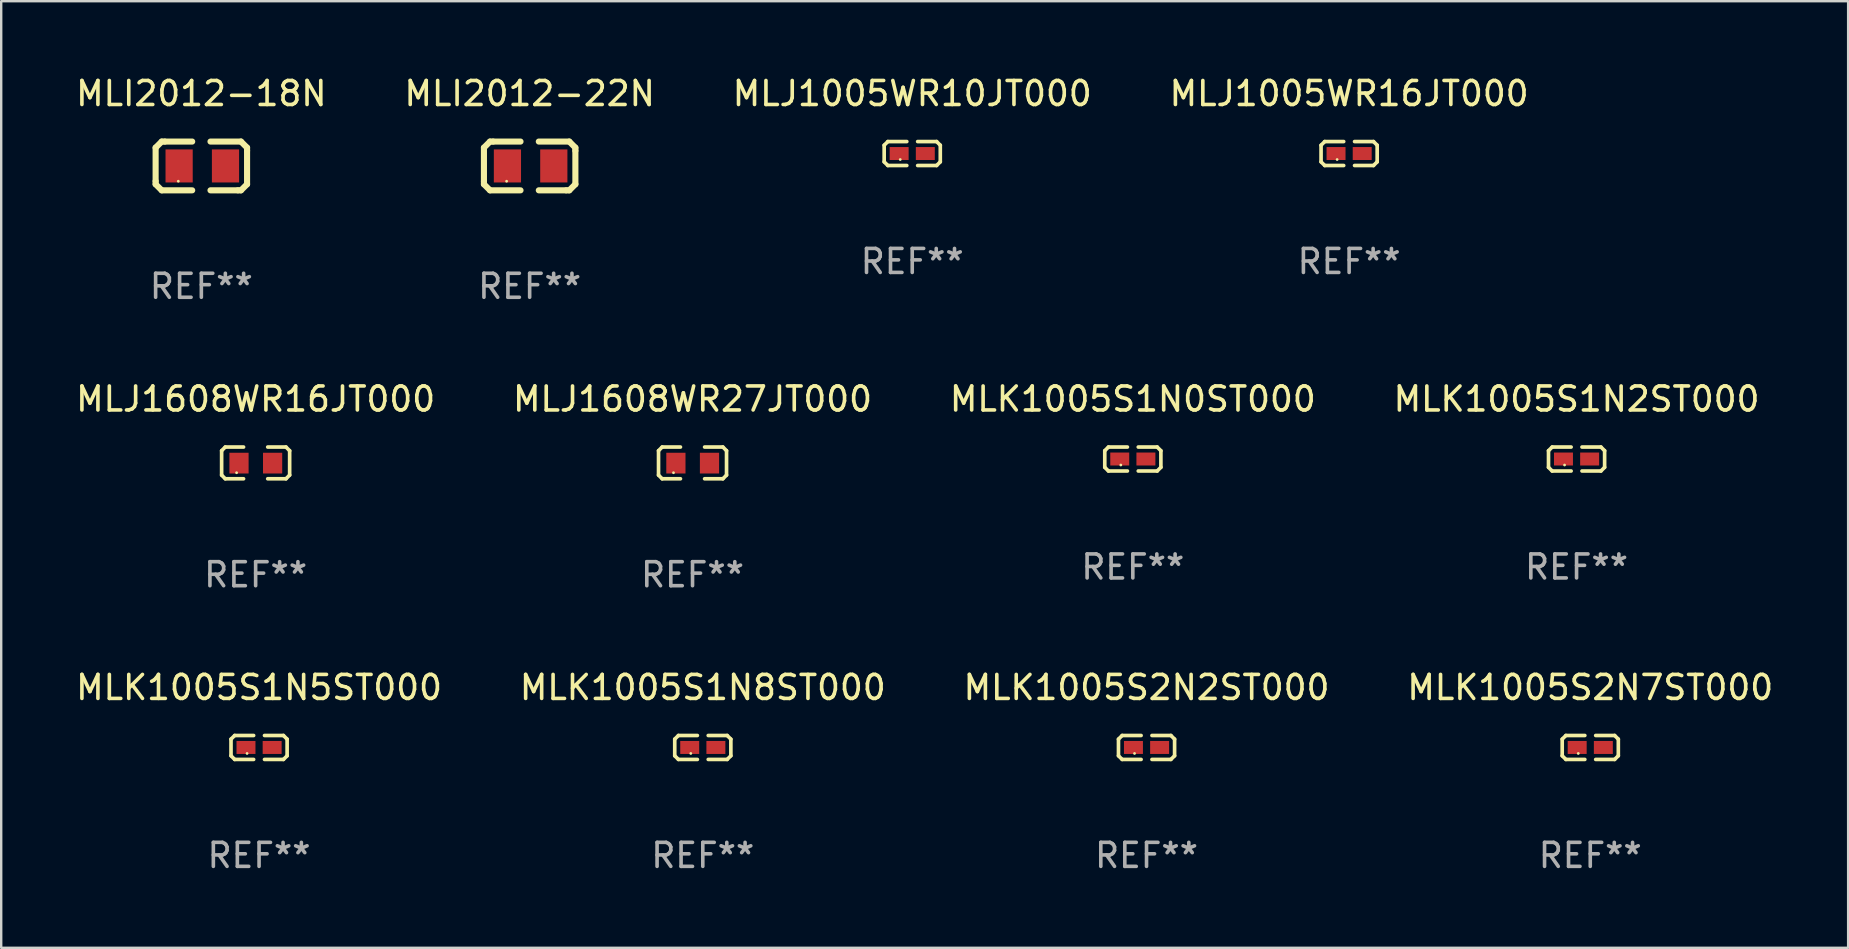
<source format=kicad_pcb>
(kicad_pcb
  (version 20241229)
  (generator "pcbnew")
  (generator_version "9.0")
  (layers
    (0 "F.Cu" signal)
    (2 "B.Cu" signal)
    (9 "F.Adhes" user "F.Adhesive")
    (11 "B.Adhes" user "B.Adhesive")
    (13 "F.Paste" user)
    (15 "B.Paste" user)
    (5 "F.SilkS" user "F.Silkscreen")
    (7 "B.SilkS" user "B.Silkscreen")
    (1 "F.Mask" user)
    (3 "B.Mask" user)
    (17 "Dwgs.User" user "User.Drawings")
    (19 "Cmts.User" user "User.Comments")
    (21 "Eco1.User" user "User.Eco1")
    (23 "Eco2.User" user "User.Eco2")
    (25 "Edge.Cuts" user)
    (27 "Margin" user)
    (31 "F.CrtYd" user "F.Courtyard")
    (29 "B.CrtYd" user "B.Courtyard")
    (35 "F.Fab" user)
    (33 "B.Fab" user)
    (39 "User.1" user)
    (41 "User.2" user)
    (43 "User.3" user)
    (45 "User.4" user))
  (footprint "MLK1005S1N8ST000"
    (layer "F.Cu")
    (at 26.232 28.093)
    (property "Reference" "MLK1005S1N8ST000" (at 0 -2.499 0) (layer "F.SilkS") (effects (font (size 1 1) (thickness 0.15))))
    (attr through_hole)
    (fp_line (start -1.169 -0.346) (end -1.016 -0.499) (stroke (width 0.152) (type solid)) (layer "F.SilkS"))
    (fp_line (start -1.169 0.346) (end -1.169 -0.346) (stroke (width 0.152) (type solid)) (layer "F.SilkS"))
    (fp_line (start -1.016 -0.499) (end -0.226 -0.499) (stroke (width 0.152) (type solid)) (layer "F.SilkS"))
    (fp_line (start -1.016 0.499) (end -1.169 0.346) (stroke (width 0.152) (type solid)) (layer "F.SilkS"))
    (fp_line (start -0.226 0.499) (end -1.016 0.499) (stroke (width 0.152) (type solid)) (layer "F.SilkS"))
    (fp_line (start 0.226 0.499) (end 1.016 0.499) (stroke (width 0.152) (type solid)) (layer "F.SilkS"))
    (fp_line (start 1.016 -0.499) (end 0.226 -0.499) (stroke (width 0.152) (type solid)) (layer "F.SilkS"))
    (fp_line (start 1.016 0.499) (end 1.169 0.346) (stroke (width 0.152) (type solid)) (layer "F.SilkS"))
    (fp_line (start 1.169 -0.346) (end 1.016 -0.499) (stroke (width 0.152) (type solid)) (layer "F.SilkS"))
    (fp_line (start 1.169 0.346) (end 1.169 -0.346) (stroke (width 0.152) (type solid)) (layer "F.SilkS"))
    (fp_circle (center -0.5 0.25) (end -0.47 0.25) (stroke (width 0.06) (type solid)) (fill no) (layer "F.SilkS"))
    (fp_text user "REF**" (at 0 4.499 0) (layer "F.Fab") (effects (font (size 1 1) (thickness 0.15))))
    (pad "1" smd rect (at -0.545 0) (size 0.79 0.54) (layers "F.Cu" "F.Mask" "F.Paste"))
    (pad "2" smd rect (at 0.545 0) (size 0.79 0.54) (layers "F.Cu" "F.Mask" "F.Paste")))
  (footprint "MLJ1005WR10JT000"
    (layer "F.Cu")
    (at 34.958 3.347)
    (property "Reference" "MLJ1005WR10JT000" (at 0 -2.499 0) (layer "F.SilkS") (effects (font (size 1 1) (thickness 0.15))))
    (attr through_hole)
    (fp_line (start -1.169 -0.346) (end -1.016 -0.499) (stroke (width 0.152) (type solid)) (layer "F.SilkS"))
    (fp_line (start -1.169 0.346) (end -1.169 -0.346) (stroke (width 0.152) (type solid)) (layer "F.SilkS"))
    (fp_line (start -1.016 -0.499) (end -0.226 -0.499) (stroke (width 0.152) (type solid)) (layer "F.SilkS"))
    (fp_line (start -1.016 0.499) (end -1.169 0.346) (stroke (width 0.152) (type solid)) (layer "F.SilkS"))
    (fp_line (start -0.226 0.499) (end -1.016 0.499) (stroke (width 0.152) (type solid)) (layer "F.SilkS"))
    (fp_line (start 0.226 0.499) (end 1.016 0.499) (stroke (width 0.152) (type solid)) (layer "F.SilkS"))
    (fp_line (start 1.016 -0.499) (end 0.226 -0.499) (stroke (width 0.152) (type solid)) (layer "F.SilkS"))
    (fp_line (start 1.016 0.499) (end 1.169 0.346) (stroke (width 0.152) (type solid)) (layer "F.SilkS"))
    (fp_line (start 1.169 -0.346) (end 1.016 -0.499) (stroke (width 0.152) (type solid)) (layer "F.SilkS"))
    (fp_line (start 1.169 0.346) (end 1.169 -0.346) (stroke (width 0.152) (type solid)) (layer "F.SilkS"))
    (fp_circle (center -0.5 0.25) (end -0.47 0.25) (stroke (width 0.06) (type solid)) (fill no) (layer "F.SilkS"))
    (fp_text user "REF**" (at 0 4.499 0) (layer "F.Fab") (effects (font (size 1 1) (thickness 0.15))))
    (pad "1" smd rect (at -0.545 0) (size 0.79 0.54) (layers "F.Cu" "F.Mask" "F.Paste"))
    (pad "2" smd rect (at 0.545 0) (size 0.79 0.54) (layers "F.Cu" "F.Mask" "F.Paste")))
  (footprint "MLJ1608WR27JT000"
    (layer "F.Cu")
    (at 25.804 16.237)
    (property "Reference" "MLJ1608WR27JT000" (at 0 -2.661 0) (layer "F.SilkS") (effects (font (size 1 1) (thickness 0.15))))
    (attr through_hole)
    (fp_line (start -1.417 -0.508) (end -1.265 -0.661) (stroke (width 0.152) (type solid)) (layer "F.SilkS"))
    (fp_line (start -1.417 0.508) (end -1.417 -0.508) (stroke (width 0.152) (type solid)) (layer "F.SilkS"))
    (fp_line (start -1.265 -0.661) (end -0.503 -0.661) (stroke (width 0.152) (type solid)) (layer "F.SilkS"))
    (fp_line (start -1.265 0.661) (end -1.417 0.508) (stroke (width 0.152) (type solid)) (layer "F.SilkS"))
    (fp_line (start -1.265 0.661) (end -0.503 0.661) (stroke (width 0.152) (type solid)) (layer "F.SilkS"))
    (fp_line (start 1.265 -0.661) (end 0.503 -0.661) (stroke (width 0.152) (type solid)) (layer "F.SilkS"))
    (fp_line (start 1.265 -0.661) (end 1.417 -0.508) (stroke (width 0.152) (type solid)) (layer "F.SilkS"))
    (fp_line (start 1.265 0.661) (end 0.503 0.661) (stroke (width 0.152) (type solid)) (layer "F.SilkS"))
    (fp_line (start 1.417 -0.508) (end 1.417 0.508) (stroke (width 0.152) (type solid)) (layer "F.SilkS"))
    (fp_line (start 1.417 0.508) (end 1.265 0.661) (stroke (width 0.152) (type solid)) (layer "F.SilkS"))
    (fp_circle (center -0.793 0.409) (end -0.763 0.409) (stroke (width 0.06) (type solid)) (fill no) (layer "F.SilkS"))
    (fp_text user "REF**" (at 0 4.661 0) (layer "F.Fab") (effects (font (size 1 1) (thickness 0.15))))
    (pad "1" smd rect (at -0.693 0.009 180) (size 0.8 0.864) (layers "F.Cu" "F.Mask" "F.Paste"))
    (pad "2" smd rect (at 0.707 0.009 180) (size 0.8 0.864) (layers "F.Cu" "F.Mask" "F.Paste")))
  (footprint "MLK1005S2N2ST000"
    (layer "F.Cu")
    (at 44.72 28.093)
    (property "Reference" "MLK1005S2N2ST000" (at 0 -2.499 0) (layer "F.SilkS") (effects (font (size 1 1) (thickness 0.15))))
    (attr through_hole)
    (fp_line (start -1.169 -0.346) (end -1.016 -0.499) (stroke (width 0.152) (type solid)) (layer "F.SilkS"))
    (fp_line (start -1.169 0.346) (end -1.169 -0.346) (stroke (width 0.152) (type solid)) (layer "F.SilkS"))
    (fp_line (start -1.016 -0.499) (end -0.226 -0.499) (stroke (width 0.152) (type solid)) (layer "F.SilkS"))
    (fp_line (start -1.016 0.499) (end -1.169 0.346) (stroke (width 0.152) (type solid)) (layer "F.SilkS"))
    (fp_line (start -0.226 0.499) (end -1.016 0.499) (stroke (width 0.152) (type solid)) (layer "F.SilkS"))
    (fp_line (start 0.226 0.499) (end 1.016 0.499) (stroke (width 0.152) (type solid)) (layer "F.SilkS"))
    (fp_line (start 1.016 -0.499) (end 0.226 -0.499) (stroke (width 0.152) (type solid)) (layer "F.SilkS"))
    (fp_line (start 1.016 0.499) (end 1.169 0.346) (stroke (width 0.152) (type solid)) (layer "F.SilkS"))
    (fp_line (start 1.169 -0.346) (end 1.016 -0.499) (stroke (width 0.152) (type solid)) (layer "F.SilkS"))
    (fp_line (start 1.169 0.346) (end 1.169 -0.346) (stroke (width 0.152) (type solid)) (layer "F.SilkS"))
    (fp_circle (center -0.5 0.25) (end -0.47 0.25) (stroke (width 0.06) (type solid)) (fill no) (layer "F.SilkS"))
    (fp_text user "REF**" (at 0 4.499 0) (layer "F.Fab") (effects (font (size 1 1) (thickness 0.15))))
    (pad "1" smd rect (at -0.545 0) (size 0.79 0.54) (layers "F.Cu" "F.Mask" "F.Paste"))
    (pad "2" smd rect (at 0.545 0) (size 0.79 0.54) (layers "F.Cu" "F.Mask" "F.Paste")))
  (footprint "MLK1005S1N0ST000"
    (layer "F.Cu")
    (at 44.149 16.075)
    (property "Reference" "MLK1005S1N0ST000" (at 0 -2.499 0) (layer "F.SilkS") (effects (font (size 1 1) (thickness 0.15))))
    (attr through_hole)
    (fp_line (start -1.169 -0.346) (end -1.016 -0.499) (stroke (width 0.152) (type solid)) (layer "F.SilkS"))
    (fp_line (start -1.169 0.346) (end -1.169 -0.346) (stroke (width 0.152) (type solid)) (layer "F.SilkS"))
    (fp_line (start -1.016 -0.499) (end -0.226 -0.499) (stroke (width 0.152) (type solid)) (layer "F.SilkS"))
    (fp_line (start -1.016 0.499) (end -1.169 0.346) (stroke (width 0.152) (type solid)) (layer "F.SilkS"))
    (fp_line (start -0.226 0.499) (end -1.016 0.499) (stroke (width 0.152) (type solid)) (layer "F.SilkS"))
    (fp_line (start 0.226 0.499) (end 1.016 0.499) (stroke (width 0.152) (type solid)) (layer "F.SilkS"))
    (fp_line (start 1.016 -0.499) (end 0.226 -0.499) (stroke (width 0.152) (type solid)) (layer "F.SilkS"))
    (fp_line (start 1.016 0.499) (end 1.169 0.346) (stroke (width 0.152) (type solid)) (layer "F.SilkS"))
    (fp_line (start 1.169 -0.346) (end 1.016 -0.499) (stroke (width 0.152) (type solid)) (layer "F.SilkS"))
    (fp_line (start 1.169 0.346) (end 1.169 -0.346) (stroke (width 0.152) (type solid)) (layer "F.SilkS"))
    (fp_circle (center -0.5 0.25) (end -0.47 0.25) (stroke (width 0.06) (type solid)) (fill no) (layer "F.SilkS"))
    (fp_text user "REF**" (at 0 4.499 0) (layer "F.Fab") (effects (font (size 1 1) (thickness 0.15))))
    (pad "1" smd rect (at -0.545 0) (size 0.79 0.54) (layers "F.Cu" "F.Mask" "F.Paste"))
    (pad "2" smd rect (at 0.545 0) (size 0.79 0.54) (layers "F.Cu" "F.Mask" "F.Paste")))
  (footprint "MLK1005S2N7ST000"
    (layer "F.Cu")
    (at 63.208 28.093)
    (property "Reference" "MLK1005S2N7ST000" (at 0 -2.499 0) (layer "F.SilkS") (effects (font (size 1 1) (thickness 0.15))))
    (attr through_hole)
    (fp_line (start -1.169 -0.346) (end -1.016 -0.499) (stroke (width 0.152) (type solid)) (layer "F.SilkS"))
    (fp_line (start -1.169 0.346) (end -1.169 -0.346) (stroke (width 0.152) (type solid)) (layer "F.SilkS"))
    (fp_line (start -1.016 -0.499) (end -0.226 -0.499) (stroke (width 0.152) (type solid)) (layer "F.SilkS"))
    (fp_line (start -1.016 0.499) (end -1.169 0.346) (stroke (width 0.152) (type solid)) (layer "F.SilkS"))
    (fp_line (start -0.226 0.499) (end -1.016 0.499) (stroke (width 0.152) (type solid)) (layer "F.SilkS"))
    (fp_line (start 0.226 0.499) (end 1.016 0.499) (stroke (width 0.152) (type solid)) (layer "F.SilkS"))
    (fp_line (start 1.016 -0.499) (end 0.226 -0.499) (stroke (width 0.152) (type solid)) (layer "F.SilkS"))
    (fp_line (start 1.016 0.499) (end 1.169 0.346) (stroke (width 0.152) (type solid)) (layer "F.SilkS"))
    (fp_line (start 1.169 -0.346) (end 1.016 -0.499) (stroke (width 0.152) (type solid)) (layer "F.SilkS"))
    (fp_line (start 1.169 0.346) (end 1.169 -0.346) (stroke (width 0.152) (type solid)) (layer "F.SilkS"))
    (fp_circle (center -0.5 0.25) (end -0.47 0.25) (stroke (width 0.06) (type solid)) (fill no) (layer "F.SilkS"))
    (fp_text user "REF**" (at 0 4.499 0) (layer "F.Fab") (effects (font (size 1 1) (thickness 0.15))))
    (pad "1" smd rect (at -0.545 0) (size 0.79 0.54) (layers "F.Cu" "F.Mask" "F.Paste"))
    (pad "2" smd rect (at 0.545 0) (size 0.79 0.54) (layers "F.Cu" "F.Mask" "F.Paste")))
  (footprint "MLJ1608WR16JT000"
    (layer "F.Cu")
    (at 7.601 16.237)
    (property "Reference" "MLJ1608WR16JT000" (at 0 -2.661 0) (layer "F.SilkS") (effects (font (size 1 1) (thickness 0.15))))
    (attr through_hole)
    (fp_line (start -1.417 -0.508) (end -1.265 -0.661) (stroke (width 0.152) (type solid)) (layer "F.SilkS"))
    (fp_line (start -1.417 0.508) (end -1.417 -0.508) (stroke (width 0.152) (type solid)) (layer "F.SilkS"))
    (fp_line (start -1.265 -0.661) (end -0.503 -0.661) (stroke (width 0.152) (type solid)) (layer "F.SilkS"))
    (fp_line (start -1.265 0.661) (end -1.417 0.508) (stroke (width 0.152) (type solid)) (layer "F.SilkS"))
    (fp_line (start -1.265 0.661) (end -0.503 0.661) (stroke (width 0.152) (type solid)) (layer "F.SilkS"))
    (fp_line (start 1.265 -0.661) (end 0.503 -0.661) (stroke (width 0.152) (type solid)) (layer "F.SilkS"))
    (fp_line (start 1.265 -0.661) (end 1.417 -0.508) (stroke (width 0.152) (type solid)) (layer "F.SilkS"))
    (fp_line (start 1.265 0.661) (end 0.503 0.661) (stroke (width 0.152) (type solid)) (layer "F.SilkS"))
    (fp_line (start 1.417 -0.508) (end 1.417 0.508) (stroke (width 0.152) (type solid)) (layer "F.SilkS"))
    (fp_line (start 1.417 0.508) (end 1.265 0.661) (stroke (width 0.152) (type solid)) (layer "F.SilkS"))
    (fp_circle (center -0.793 0.409) (end -0.763 0.409) (stroke (width 0.06) (type solid)) (fill no) (layer "F.SilkS"))
    (fp_text user "REF**" (at 0 4.661 0) (layer "F.Fab") (effects (font (size 1 1) (thickness 0.15))))
    (pad "1" smd rect (at -0.693 0.009 180) (size 0.8 0.864) (layers "F.Cu" "F.Mask" "F.Paste"))
    (pad "2" smd rect (at 0.707 0.009 180) (size 0.8 0.864) (layers "F.Cu" "F.Mask" "F.Paste")))
  (footprint "MLK1005S1N5ST000"
    (layer "F.Cu")
    (at 7.744 28.093)
    (property "Reference" "MLK1005S1N5ST000" (at 0 -2.499 0) (layer "F.SilkS") (effects (font (size 1 1) (thickness 0.15))))
    (attr through_hole)
    (fp_line (start -1.169 -0.346) (end -1.016 -0.499) (stroke (width 0.152) (type solid)) (layer "F.SilkS"))
    (fp_line (start -1.169 0.346) (end -1.169 -0.346) (stroke (width 0.152) (type solid)) (layer "F.SilkS"))
    (fp_line (start -1.016 -0.499) (end -0.226 -0.499) (stroke (width 0.152) (type solid)) (layer "F.SilkS"))
    (fp_line (start -1.016 0.499) (end -1.169 0.346) (stroke (width 0.152) (type solid)) (layer "F.SilkS"))
    (fp_line (start -0.226 0.499) (end -1.016 0.499) (stroke (width 0.152) (type solid)) (layer "F.SilkS"))
    (fp_line (start 0.226 0.499) (end 1.016 0.499) (stroke (width 0.152) (type solid)) (layer "F.SilkS"))
    (fp_line (start 1.016 -0.499) (end 0.226 -0.499) (stroke (width 0.152) (type solid)) (layer "F.SilkS"))
    (fp_line (start 1.016 0.499) (end 1.169 0.346) (stroke (width 0.152) (type solid)) (layer "F.SilkS"))
    (fp_line (start 1.169 -0.346) (end 1.016 -0.499) (stroke (width 0.152) (type solid)) (layer "F.SilkS"))
    (fp_line (start 1.169 0.346) (end 1.169 -0.346) (stroke (width 0.152) (type solid)) (layer "F.SilkS"))
    (fp_circle (center -0.5 0.25) (end -0.47 0.25) (stroke (width 0.06) (type solid)) (fill no) (layer "F.SilkS"))
    (fp_text user "REF**" (at 0 4.499 0) (layer "F.Fab") (effects (font (size 1 1) (thickness 0.15))))
    (pad "1" smd rect (at -0.545 0) (size 0.79 0.54) (layers "F.Cu" "F.Mask" "F.Paste"))
    (pad "2" smd rect (at 0.545 0) (size 0.79 0.54) (layers "F.Cu" "F.Mask" "F.Paste")))
  (footprint "MLI2012-22N"
    (layer "F.Cu")
    (at 19.018 3.864)
    (property "Reference" "MLI2012-22N" (at 0 -3.016 0) (layer "F.SilkS") (effects (font (size 1 1) (thickness 0.15))))
    (attr through_hole)
    (fp_line (start -1.905 -0.762) (end -1.905 0.635) (stroke (width 0.254) (type solid)) (layer "F.SilkS"))
    (fp_line (start -1.905 0.635) (end -1.905 0.762) (stroke (width 0.254) (type solid)) (layer "F.SilkS"))
    (fp_line (start -1.905 0.762) (end -1.651 1.016) (stroke (width 0.254) (type solid)) (layer "F.SilkS"))
    (fp_line (start -1.651 -1.016) (end -1.905 -0.762) (stroke (width 0.254) (type solid)) (layer "F.SilkS"))
    (fp_line (start -1.651 1.016) (end -0.381 1.016) (stroke (width 0.254) (type solid)) (layer "F.SilkS"))
    (fp_line (start -1.524 -1.016) (end -1.651 -1.016) (stroke (width 0.254) (type solid)) (layer "F.SilkS"))
    (fp_line (start -0.381 -1.016) (end -1.524 -1.016) (stroke (width 0.254) (type solid)) (layer "F.SilkS"))
    (fp_line (start 0.381 1.016) (end 1.524 1.016) (stroke (width 0.254) (type solid)) (layer "F.SilkS"))
    (fp_line (start 1.524 1.016) (end 1.651 1.016) (stroke (width 0.254) (type solid)) (layer "F.SilkS"))
    (fp_line (start 1.651 -1.016) (end 0.381 -1.016) (stroke (width 0.254) (type solid)) (layer "F.SilkS"))
    (fp_line (start 1.651 1.016) (end 1.905 0.762) (stroke (width 0.254) (type solid)) (layer "F.SilkS"))
    (fp_line (start 1.905 -0.762) (end 1.651 -1.016) (stroke (width 0.254) (type solid)) (layer "F.SilkS"))
    (fp_line (start 1.905 -0.635) (end 1.905 -0.762) (stroke (width 0.254) (type solid)) (layer "F.SilkS"))
    (fp_line (start 1.905 0.762) (end 1.905 -0.635) (stroke (width 0.254) (type solid)) (layer "F.SilkS"))
    (fp_circle (center -0.96 0.637) (end -0.93 0.637) (stroke (width 0.06) (type solid)) (fill no) (layer "F.SilkS"))
    (fp_text user "REF**" (at 0 5.016 0) (layer "F.Fab") (effects (font (size 1 1) (thickness 0.15))))
    (pad "1" smd rect (at -0.926 -0.000051) (size 1.133 1.377) (layers "F.Cu" "F.Mask" "F.Paste"))
    (pad "2" smd rect (at 1.006 -0.000051) (size 1.133 1.377) (layers "F.Cu" "F.Mask" "F.Paste")))
  (footprint "MLJ1005WR16JT000"
    (layer "F.Cu")
    (at 53.161 3.347)
    (property "Reference" "MLJ1005WR16JT000" (at 0 -2.499 0) (layer "F.SilkS") (effects (font (size 1 1) (thickness 0.15))))
    (attr through_hole)
    (fp_line (start -1.169 -0.346) (end -1.016 -0.499) (stroke (width 0.152) (type solid)) (layer "F.SilkS"))
    (fp_line (start -1.169 0.346) (end -1.169 -0.346) (stroke (width 0.152) (type solid)) (layer "F.SilkS"))
    (fp_line (start -1.016 -0.499) (end -0.226 -0.499) (stroke (width 0.152) (type solid)) (layer "F.SilkS"))
    (fp_line (start -1.016 0.499) (end -1.169 0.346) (stroke (width 0.152) (type solid)) (layer "F.SilkS"))
    (fp_line (start -0.226 0.499) (end -1.016 0.499) (stroke (width 0.152) (type solid)) (layer "F.SilkS"))
    (fp_line (start 0.226 0.499) (end 1.016 0.499) (stroke (width 0.152) (type solid)) (layer "F.SilkS"))
    (fp_line (start 1.016 -0.499) (end 0.226 -0.499) (stroke (width 0.152) (type solid)) (layer "F.SilkS"))
    (fp_line (start 1.016 0.499) (end 1.169 0.346) (stroke (width 0.152) (type solid)) (layer "F.SilkS"))
    (fp_line (start 1.169 -0.346) (end 1.016 -0.499) (stroke (width 0.152) (type solid)) (layer "F.SilkS"))
    (fp_line (start 1.169 0.346) (end 1.169 -0.346) (stroke (width 0.152) (type solid)) (layer "F.SilkS"))
    (fp_circle (center -0.5 0.25) (end -0.47 0.25) (stroke (width 0.06) (type solid)) (fill no) (layer "F.SilkS"))
    (fp_text user "REF**" (at 0 4.499 0) (layer "F.Fab") (effects (font (size 1 1) (thickness 0.15))))
    (pad "1" smd rect (at -0.545 0) (size 0.79 0.54) (layers "F.Cu" "F.Mask" "F.Paste"))
    (pad "2" smd rect (at 0.545 0) (size 0.79 0.54) (layers "F.Cu" "F.Mask" "F.Paste")))
  (footprint "MLI2012-18N"
    (layer "F.Cu")
    (at 5.339 3.864)
    (property "Reference" "MLI2012-18N" (at 0 -3.016 0) (layer "F.SilkS") (effects (font (size 1 1) (thickness 0.15))))
    (attr through_hole)
    (fp_line (start -1.905 -0.762) (end -1.905 0.635) (stroke (width 0.254) (type solid)) (layer "F.SilkS"))
    (fp_line (start -1.905 0.635) (end -1.905 0.762) (stroke (width 0.254) (type solid)) (layer "F.SilkS"))
    (fp_line (start -1.905 0.762) (end -1.651 1.016) (stroke (width 0.254) (type solid)) (layer "F.SilkS"))
    (fp_line (start -1.651 -1.016) (end -1.905 -0.762) (stroke (width 0.254) (type solid)) (layer "F.SilkS"))
    (fp_line (start -1.651 1.016) (end -0.381 1.016) (stroke (width 0.254) (type solid)) (layer "F.SilkS"))
    (fp_line (start -1.524 -1.016) (end -1.651 -1.016) (stroke (width 0.254) (type solid)) (layer "F.SilkS"))
    (fp_line (start -0.381 -1.016) (end -1.524 -1.016) (stroke (width 0.254) (type solid)) (layer "F.SilkS"))
    (fp_line (start 0.381 1.016) (end 1.524 1.016) (stroke (width 0.254) (type solid)) (layer "F.SilkS"))
    (fp_line (start 1.524 1.016) (end 1.651 1.016) (stroke (width 0.254) (type solid)) (layer "F.SilkS"))
    (fp_line (start 1.651 -1.016) (end 0.381 -1.016) (stroke (width 0.254) (type solid)) (layer "F.SilkS"))
    (fp_line (start 1.651 1.016) (end 1.905 0.762) (stroke (width 0.254) (type solid)) (layer "F.SilkS"))
    (fp_line (start 1.905 -0.762) (end 1.651 -1.016) (stroke (width 0.254) (type solid)) (layer "F.SilkS"))
    (fp_line (start 1.905 -0.635) (end 1.905 -0.762) (stroke (width 0.254) (type solid)) (layer "F.SilkS"))
    (fp_line (start 1.905 0.762) (end 1.905 -0.635) (stroke (width 0.254) (type solid)) (layer "F.SilkS"))
    (fp_circle (center -0.96 0.637) (end -0.93 0.637) (stroke (width 0.06) (type solid)) (fill no) (layer "F.SilkS"))
    (fp_text user "REF**" (at 0 5.016 0) (layer "F.Fab") (effects (font (size 1 1) (thickness 0.15))))
    (pad "1" smd rect (at -0.926 -0.000051) (size 1.133 1.377) (layers "F.Cu" "F.Mask" "F.Paste"))
    (pad "2" smd rect (at 1.006 -0.000051) (size 1.133 1.377) (layers "F.Cu" "F.Mask" "F.Paste")))
  (footprint "MLK1005S1N2ST000"
    (layer "F.Cu")
    (at 62.637 16.075)
    (property "Reference" "MLK1005S1N2ST000" (at 0 -2.499 0) (layer "F.SilkS") (effects (font (size 1 1) (thickness 0.15))))
    (attr through_hole)
    (fp_line (start -1.169 -0.346) (end -1.016 -0.499) (stroke (width 0.152) (type solid)) (layer "F.SilkS"))
    (fp_line (start -1.169 0.346) (end -1.169 -0.346) (stroke (width 0.152) (type solid)) (layer "F.SilkS"))
    (fp_line (start -1.016 -0.499) (end -0.226 -0.499) (stroke (width 0.152) (type solid)) (layer "F.SilkS"))
    (fp_line (start -1.016 0.499) (end -1.169 0.346) (stroke (width 0.152) (type solid)) (layer "F.SilkS"))
    (fp_line (start -0.226 0.499) (end -1.016 0.499) (stroke (width 0.152) (type solid)) (layer "F.SilkS"))
    (fp_line (start 0.226 0.499) (end 1.016 0.499) (stroke (width 0.152) (type solid)) (layer "F.SilkS"))
    (fp_line (start 1.016 -0.499) (end 0.226 -0.499) (stroke (width 0.152) (type solid)) (layer "F.SilkS"))
    (fp_line (start 1.016 0.499) (end 1.169 0.346) (stroke (width 0.152) (type solid)) (layer "F.SilkS"))
    (fp_line (start 1.169 -0.346) (end 1.016 -0.499) (stroke (width 0.152) (type solid)) (layer "F.SilkS"))
    (fp_line (start 1.169 0.346) (end 1.169 -0.346) (stroke (width 0.152) (type solid)) (layer "F.SilkS"))
    (fp_circle (center -0.5 0.25) (end -0.47 0.25) (stroke (width 0.06) (type solid)) (fill no) (layer "F.SilkS"))
    (fp_text user "REF**" (at 0 4.499 0) (layer "F.Fab") (effects (font (size 1 1) (thickness 0.15))))
    (pad "1" smd rect (at -0.545 0) (size 0.79 0.54) (layers "F.Cu" "F.Mask" "F.Paste"))
    (pad "2" smd rect (at 0.545 0) (size 0.79 0.54) (layers "F.Cu" "F.Mask" "F.Paste")))
  (gr_rect
    (start -3 -3)
    (end 73.952 36.44)
    (stroke (width 0.1) (type default))
    (fill no)
    (layer "Edge.Cuts")))
</source>
